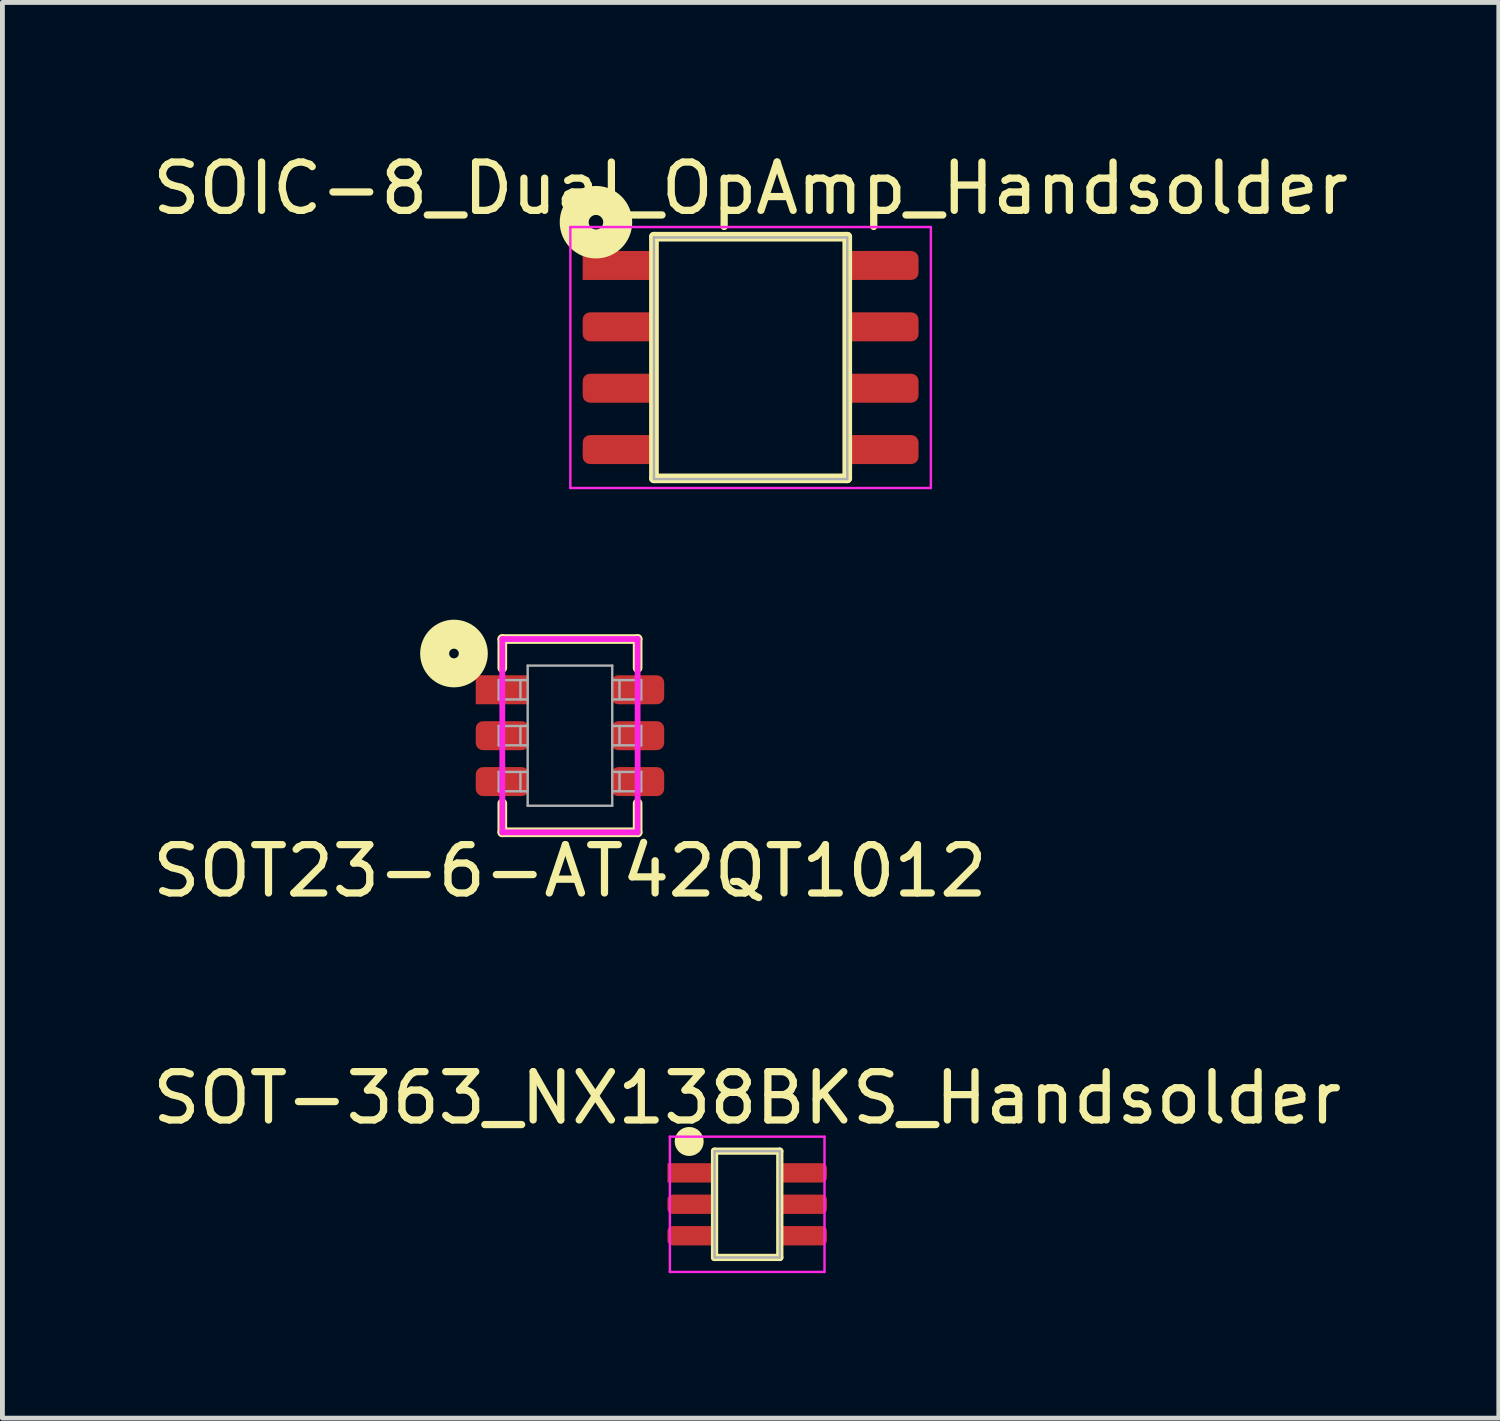
<source format=kicad_pcb>
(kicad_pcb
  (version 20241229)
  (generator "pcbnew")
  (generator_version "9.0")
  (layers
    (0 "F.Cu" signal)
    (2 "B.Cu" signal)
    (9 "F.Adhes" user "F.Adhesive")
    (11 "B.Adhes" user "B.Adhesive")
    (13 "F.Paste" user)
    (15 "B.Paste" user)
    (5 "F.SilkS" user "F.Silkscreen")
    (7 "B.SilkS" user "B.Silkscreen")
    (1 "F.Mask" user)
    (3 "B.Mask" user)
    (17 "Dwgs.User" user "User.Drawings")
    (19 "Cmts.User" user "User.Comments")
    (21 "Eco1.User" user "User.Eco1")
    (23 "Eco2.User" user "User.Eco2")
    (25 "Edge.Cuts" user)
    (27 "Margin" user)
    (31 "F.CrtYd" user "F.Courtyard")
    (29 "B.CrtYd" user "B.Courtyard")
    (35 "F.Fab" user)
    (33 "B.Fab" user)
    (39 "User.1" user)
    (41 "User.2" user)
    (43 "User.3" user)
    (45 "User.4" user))
  (footprint "SOIC-8_Dual_OpAmp_Handsolder"
    (layer "F.Cu")
    (at 12.482 4.348)
    (property "Reference" "SOIC-8_Dual_OpAmp_Handsolder" (at 0 -3.5 0) (layer "F.SilkS") (effects (font (size 1 1) (thickness 0.15))))
    (attr smd)
    (fp_line (start -2 -2.5) (end 2 -2.5) (stroke (width 0.2) (type solid)) (layer "F.SilkS"))
    (fp_line (start -2 2.5) (end -2 -2.5) (stroke (width 0.2) (type solid)) (layer "F.SilkS"))
    (fp_line (start 2 -2.5) (end 2 2.5) (stroke (width 0.2) (type solid)) (layer "F.SilkS"))
    (fp_line (start 2 2.5) (end -2 2.5) (stroke (width 0.2) (type solid)) (layer "F.SilkS"))
    (fp_circle (center -3.2 -2.8) (end -3.05 -2.8) (stroke (width 0.6) (type solid)) (fill no) (layer "F.SilkS"))
    (fp_line (start -3.1 -0.37) (end -2 -0.37) (stroke (width 0.05) (type solid)) (layer "Eco1.User"))
    (fp_line (start -3.1 0.4) (end -3.1 0.9) (stroke (width 0.05) (type solid)) (layer "Eco1.User"))
    (fp_line (start -3.1 0.9) (end -2 0.9) (stroke (width 0.05) (type solid)) (layer "Eco1.User"))
    (fp_line (start -3.1 1.67) (end -3.1 2.17) (stroke (width 0.05) (type solid)) (layer "Eco1.User"))
    (fp_line (start -3.1 2.17) (end -2 2.17) (stroke (width 0.05) (type solid)) (layer "Eco1.User"))
    (fp_line (start -3.1 -2.14) (end -3.1 -1.64) (stroke (width 0.05) (type solid)) (layer "Eco1.User"))
    (fp_line (start -3.1 -1.64) (end -2 -1.64) (stroke (width 0.05) (type solid)) (layer "Eco1.User"))
    (fp_line (start -3.1 -0.87) (end -3.1 -0.37) (stroke (width 0.05) (type solid)) (layer "Eco1.User"))
    (fp_line (start -2.4 -2.14) (end -2.4 -1.64) (stroke (width 0.05) (type solid)) (layer "Eco1.User"))
    (fp_line (start -2.4 -0.87) (end -2.4 -0.37) (stroke (width 0.05) (type solid)) (layer "Eco1.User"))
    (fp_line (start -2.4 0.4) (end -2.4 0.9) (stroke (width 0.05) (type solid)) (layer "Eco1.User"))
    (fp_line (start -2.4 1.67) (end -2.4 2.17) (stroke (width 0.05) (type solid)) (layer "Eco1.User"))
    (fp_line (start -2 -1.9) (end -1 -1.9) (stroke (width 0.05) (type solid)) (layer "Eco1.User"))
    (fp_line (start -2 -0.87) (end -3.1 -0.87) (stroke (width 0.05) (type solid)) (layer "Eco1.User"))
    (fp_line (start -2 -0.6) (end -1.2 -0.6) (stroke (width 0.05) (type solid)) (layer "Eco1.User"))
    (fp_line (start -2 0.4) (end -3.1 0.4) (stroke (width 0.05) (type solid)) (layer "Eco1.User"))
    (fp_line (start -2 1.67) (end -3.1 1.67) (stroke (width 0.05) (type solid)) (layer "Eco1.User"))
    (fp_line (start -2 -2.14) (end -3.1 -2.14) (stroke (width 0.05) (type solid)) (layer "Eco1.User"))
    (fp_line (start -1.5 -0.8) (end -1 -1.7) (stroke (width 0.05) (type solid)) (layer "Eco1.User"))
    (fp_line (start -1.3 -1) (end -1.1 -1) (stroke (width 0.05) (type solid)) (layer "Eco1.User"))
    (fp_line (start -1.2 -0.6) (end -1.2 -0.8) (stroke (width 0.05) (type solid)) (layer "Eco1.User"))
    (fp_line (start -1 -1.9) (end -1 -1.7) (stroke (width 0.05) (type solid)) (layer "Eco1.User"))
    (fp_line (start -1 -1.7) (end -0.5 -0.8) (stroke (width 0.05) (type solid)) (layer "Eco1.User"))
    (fp_line (start -0.9 -1) (end -0.7 -1) (stroke (width 0.05) (type solid)) (layer "Eco1.User"))
    (fp_line (start -0.8 -1.1) (end -0.8 -0.9) (stroke (width 0.05) (type solid)) (layer "Eco1.User"))
    (fp_line (start -0.8 -0.8) (end -0.8 0.7) (stroke (width 0.05) (type solid)) (layer "Eco1.User"))
    (fp_line (start -0.8 0.7) (end -2 0.7) (stroke (width 0.05) (type solid)) (layer "Eco1.User"))
    (fp_line (start -0.5 -0.8) (end -1.5 -0.8) (stroke (width 0.05) (type solid)) (layer "Eco1.User"))
    (fp_line (start 0.8 0.5) (end 1.3 -0.4) (stroke (width 0.05) (type solid)) (layer "Eco1.User"))
    (fp_line (start 1 0.3) (end 1.2 0.3) (stroke (width 0.05) (type solid)) (layer "Eco1.User"))
    (fp_line (start 1.1 0.2) (end 1.1 0.4) (stroke (width 0.05) (type solid)) (layer "Eco1.User"))
    (fp_line (start 1.1 0.5) (end 1.1 2) (stroke (width 0.05) (type solid)) (layer "Eco1.User"))
    (fp_line (start 1.3 -0.6) (end 1.3 -0.4) (stroke (width 0.05) (type solid)) (layer "Eco1.User"))
    (fp_line (start 1.3 -0.4) (end 1.8 0.5) (stroke (width 0.05) (type solid)) (layer "Eco1.User"))
    (fp_line (start 1.4 0.3) (end 1.6 0.3) (stroke (width 0.05) (type solid)) (layer "Eco1.User"))
    (fp_line (start 1.5 0.7) (end 1.5 0.5) (stroke (width 0.05) (type solid)) (layer "Eco1.User"))
    (fp_line (start 1.8 0.5) (end 0.8 0.5) (stroke (width 0.05) (type solid)) (layer "Eco1.User"))
    (fp_line (start 2 -2.14) (end 3.1 -2.14) (stroke (width 0.05) (type solid)) (layer "Eco1.User"))
    (fp_line (start 2 -0.87) (end 3.1 -0.87) (stroke (width 0.05) (type solid)) (layer "Eco1.User"))
    (fp_line (start 2 -0.6) (end 1.3 -0.6) (stroke (width 0.05) (type solid)) (layer "Eco1.User"))
    (fp_line (start 2 0.4) (end 3.1 0.4) (stroke (width 0.05) (type solid)) (layer "Eco1.User"))
    (fp_line (start 2 0.7) (end 1.5 0.7) (stroke (width 0.05) (type solid)) (layer "Eco1.User"))
    (fp_line (start 2 1.67) (end 3.1 1.67) (stroke (width 0.05) (type solid)) (layer "Eco1.User"))
    (fp_line (start 2 2) (end 1.1 2) (stroke (width 0.05) (type solid)) (layer "Eco1.User"))
    (fp_line (start 2.4 -2.14) (end 2.4 -1.64) (stroke (width 0.05) (type solid)) (layer "Eco1.User"))
    (fp_line (start 2.4 -0.87) (end 2.4 -0.37) (stroke (width 0.05) (type solid)) (layer "Eco1.User"))
    (fp_line (start 2.4 0.4) (end 2.4 0.9) (stroke (width 0.05) (type solid)) (layer "Eco1.User"))
    (fp_line (start 2.4 1.67) (end 2.4 2.17) (stroke (width 0.05) (type solid)) (layer "Eco1.User"))
    (fp_line (start 3.1 -2.14) (end 3.1 -1.64) (stroke (width 0.05) (type solid)) (layer "Eco1.User"))
    (fp_line (start 3.1 -1.64) (end 2 -1.64) (stroke (width 0.05) (type solid)) (layer "Eco1.User"))
    (fp_line (start 3.1 -0.87) (end 3.1 -0.37) (stroke (width 0.05) (type solid)) (layer "Eco1.User"))
    (fp_line (start 3.1 -0.37) (end 2 -0.37) (stroke (width 0.05) (type solid)) (layer "Eco1.User"))
    (fp_line (start 3.1 0.4) (end 3.1 0.9) (stroke (width 0.05) (type solid)) (layer "Eco1.User"))
    (fp_line (start 3.1 0.9) (end 2 0.9) (stroke (width 0.05) (type solid)) (layer "Eco1.User"))
    (fp_line (start 3.1 1.67) (end 3.1 2.17) (stroke (width 0.05) (type solid)) (layer "Eco1.User"))
    (fp_line (start 3.1 2.17) (end 2 2.17) (stroke (width 0.05) (type solid)) (layer "Eco1.User"))
    (fp_line (start -3.73 -2.7) (end -3.73 2.7) (stroke (width 0.05) (type solid)) (layer "F.CrtYd"))
    (fp_line (start -3.73 -2.7) (end 3.73 -2.7) (stroke (width 0.05) (type solid)) (layer "F.CrtYd"))
    (fp_line (start -3.73 2.7) (end 3.73 2.7) (stroke (width 0.05) (type solid)) (layer "F.CrtYd"))
    (fp_line (start 3.73 -2.7) (end 3.73 2.7) (stroke (width 0.05) (type solid)) (layer "F.CrtYd"))
    (fp_line (start -2 -2.485) (end -2 2.515) (stroke (width 0.05) (type solid)) (layer "F.Fab"))
    (fp_line (start -2 2.515) (end 2 2.515) (stroke (width 0.05) (type solid)) (layer "F.Fab"))
    (fp_line (start 2 -2.485) (end -2 -2.485) (stroke (width 0.05) (type solid)) (layer "F.Fab"))
    (fp_line (start 2 2.515) (end 2 -2.485) (stroke (width 0.05) (type solid)) (layer "F.Fab"))
    (fp_text user "VCC" (at 1.6 -1.9 0) (layer "Eco1.User") (effects (font (size 0.25 0.25) (thickness 0.037))))
    (fp_text user "GND" (at -1.5 1.9 0) (layer "Eco1.User") (effects (font (size 0.25 0.25) (thickness 0.037))))
    (pad "1" smd rect (at -2.7 -1.905) (size 1.55 0.6) (layers "F.Cu" "F.Mask" "F.Paste"))
    (pad "2" smd roundrect (at -2.7 -0.635) (size 1.55 0.6) (layers "F.Cu" "F.Mask" "F.Paste") (roundrect_rratio 0.25))
    (pad "3" smd roundrect (at -2.7 0.635) (size 1.55 0.6) (layers "F.Cu" "F.Mask" "F.Paste") (roundrect_rratio 0.25))
    (pad "4" smd roundrect (at -2.7 1.905) (size 1.55 0.6) (layers "F.Cu" "F.Mask" "F.Paste") (roundrect_rratio 0.25))
    (pad "5" smd roundrect (at 2.7 1.905) (size 1.55 0.6) (layers "F.Cu" "F.Mask" "F.Paste") (roundrect_rratio 0.25))
    (pad "6" smd roundrect (at 2.7 0.635) (size 1.55 0.6) (layers "F.Cu" "F.Mask" "F.Paste") (roundrect_rratio 0.25))
    (pad "7" smd roundrect (at 2.7 -0.635) (size 1.55 0.6) (layers "F.Cu" "F.Mask" "F.Paste") (roundrect_rratio 0.25))
    (pad "8" smd roundrect (at 2.7 -1.905) (size 1.55 0.6) (layers "F.Cu" "F.Mask" "F.Paste") (roundrect_rratio 0.25)))
  (footprint "SOT23-6-AT42QT1012"
    (layer "F.Cu")
    (at 8.744 12.173)
    (property "Reference" "SOT23-6-AT42QT1012" (at 0 2.8 0) (layer "F.SilkS") (effects (font (size 1 1) (thickness 0.15))))
    (attr through_hole)
    (fp_line (start -1.4 -2) (end -1.4 -1.4) (stroke (width 0.2) (type solid)) (layer "F.SilkS"))
    (fp_line (start -1.4 2) (end -1.4 1.4) (stroke (width 0.2) (type solid)) (layer "F.SilkS"))
    (fp_line (start -1.4 2) (end 1.4 2) (stroke (width 0.2) (type solid)) (layer "F.SilkS"))
    (fp_line (start 1.4 -2) (end -1.4 -2) (stroke (width 0.2) (type solid)) (layer "F.SilkS"))
    (fp_line (start 1.4 -2) (end 1.4 -1.4) (stroke (width 0.2) (type solid)) (layer "F.SilkS"))
    (fp_line (start 1.4 2) (end 1.4 1.4) (stroke (width 0.2) (type solid)) (layer "F.SilkS"))
    (fp_circle (center -2.4 -1.7) (end -2.3 -1.7) (stroke (width 0.6) (type solid)) (fill no) (layer "F.SilkS"))
    (fp_line (start -1.4 -2) (end -1.4 2) (stroke (width 0.12) (type solid)) (layer "F.CrtYd"))
    (fp_line (start -1.4 2) (end 1.4 2) (stroke (width 0.12) (type solid)) (layer "F.CrtYd"))
    (fp_line (start 1.4 -2) (end -1.4 -2) (stroke (width 0.12) (type solid)) (layer "F.CrtYd"))
    (fp_line (start 1.4 2) (end 1.4 -2) (stroke (width 0.12) (type solid)) (layer "F.CrtYd"))
    (fp_line (start -1.475 -0.2) (end -0.875 -0.2) (stroke (width 0.05) (type solid)) (layer "F.Fab"))
    (fp_line (start -1.475 0.2) (end -1.475 -0.2) (stroke (width 0.05) (type solid)) (layer "F.Fab"))
    (fp_line (start -1.475 0.75) (end -0.875 0.75) (stroke (width 0.05) (type solid)) (layer "F.Fab"))
    (fp_line (start -1.475 1.15) (end -1.475 0.75) (stroke (width 0.05) (type solid)) (layer "F.Fab"))
    (fp_line (start -1.475 -1.15) (end -0.875 -1.15) (stroke (width 0.05) (type solid)) (layer "F.Fab"))
    (fp_line (start -1.475 -0.75) (end -1.475 -1.15) (stroke (width 0.05) (type solid)) (layer "F.Fab"))
    (fp_line (start -1.025 -1.15) (end -1.025 -0.75) (stroke (width 0.05) (type solid)) (layer "F.Fab"))
    (fp_line (start -1.025 -0.2) (end -1.025 0.2) (stroke (width 0.05) (type solid)) (layer "F.Fab"))
    (fp_line (start -1.025 0.75) (end -1.025 1.15) (stroke (width 0.05) (type solid)) (layer "F.Fab"))
    (fp_line (start -0.875 -1.45) (end -0.875 1.45) (stroke (width 0.05) (type solid)) (layer "F.Fab"))
    (fp_line (start -0.875 -0.75) (end -1.475 -0.75) (stroke (width 0.05) (type solid)) (layer "F.Fab"))
    (fp_line (start -0.875 0.2) (end -1.475 0.2) (stroke (width 0.05) (type solid)) (layer "F.Fab"))
    (fp_line (start -0.875 1.15) (end -1.475 1.15) (stroke (width 0.05) (type solid)) (layer "F.Fab"))
    (fp_line (start -0.875 1.45) (end 0.875 1.45) (stroke (width 0.05) (type solid)) (layer "F.Fab"))
    (fp_line (start 0.875 -1.45) (end -0.875 -1.45) (stroke (width 0.05) (type solid)) (layer "F.Fab"))
    (fp_line (start 0.875 -0.75) (end 1.475 -0.75) (stroke (width 0.05) (type solid)) (layer "F.Fab"))
    (fp_line (start 0.875 0.2) (end 1.475 0.2) (stroke (width 0.05) (type solid)) (layer "F.Fab"))
    (fp_line (start 0.875 1.15) (end 1.475 1.15) (stroke (width 0.05) (type solid)) (layer "F.Fab"))
    (fp_line (start 0.875 1.45) (end 0.875 -1.45) (stroke (width 0.05) (type solid)) (layer "F.Fab"))
    (fp_line (start 1.025 -1.15) (end 1.025 -0.75) (stroke (width 0.05) (type solid)) (layer "F.Fab"))
    (fp_line (start 1.025 -0.2) (end 1.025 0.2) (stroke (width 0.05) (type solid)) (layer "F.Fab"))
    (fp_line (start 1.025 0.75) (end 1.025 1.15) (stroke (width 0.05) (type solid)) (layer "F.Fab"))
    (fp_line (start 1.475 -1.15) (end 0.875 -1.15) (stroke (width 0.05) (type solid)) (layer "F.Fab"))
    (fp_line (start 1.475 -0.75) (end 1.475 -1.15) (stroke (width 0.05) (type solid)) (layer "F.Fab"))
    (fp_line (start 1.475 -0.2) (end 0.875 -0.2) (stroke (width 0.05) (type solid)) (layer "F.Fab"))
    (fp_line (start 1.475 0.2) (end 1.475 -0.2) (stroke (width 0.05) (type solid)) (layer "F.Fab"))
    (fp_line (start 1.475 0.75) (end 0.875 0.75) (stroke (width 0.05) (type solid)) (layer "F.Fab"))
    (fp_line (start 1.475 1.15) (end 1.475 0.75) (stroke (width 0.05) (type solid)) (layer "F.Fab"))
    (fp_text user "GND" (at -0.6 0 0) (layer "Eco1.User") (effects (font (size 0.15 0.15) (thickness 0.037))))
    (fp_text user "OUT" (at -0.6 -0.95 0) (layer "Eco1.User") (effects (font (size 0.15 0.15) (thickness 0.037))))
    (fp_text user "TIME" (at 0.6 -0.95 0) (layer "Eco1.User") (effects (font (size 0.15 0.15) (thickness 0.037))))
    (fp_text user "SNS" (at 0.6 0.95 0) (layer "Eco1.User") (effects (font (size 0.15 0.15) (thickness 0.037))))
    (fp_text user "SNSK" (at -0.5 0.95 0) (layer "Eco1.User") (effects (font (size 0.15 0.15) (thickness 0.037))))
    (fp_text user "VDD" (at 0.6 0 0) (layer "Eco1.User") (effects (font (size 0.15 0.15) (thickness 0.037))))
    (pad "1" smd rect (at -1.4 -0.95) (size 1.1 0.6) (layers "F.Cu" "F.Mask" "F.Paste"))
    (pad "2" smd roundrect (at -1.4 0) (size 1.1 0.6) (layers "F.Cu" "F.Mask" "F.Paste") (roundrect_rratio 0.25))
    (pad "3" smd roundrect (at -1.4 0.95) (size 1.1 0.6) (layers "F.Cu" "F.Mask" "F.Paste") (roundrect_rratio 0.25))
    (pad "4" smd roundrect (at 1.4 0.95) (size 1.1 0.6) (layers "F.Cu" "F.Mask" "F.Paste") (roundrect_rratio 0.25))
    (pad "5" smd roundrect (at 1.4 0) (size 1.1 0.6) (layers "F.Cu" "F.Mask" "F.Paste") (roundrect_rratio 0.25))
    (pad "6" smd roundrect (at 1.4 -0.95) (size 1.1 0.6) (layers "F.Cu" "F.Mask" "F.Paste") (roundrect_rratio 0.25)))
  (footprint "SOT-363_NX138BKS_Handsolder"
    (layer "F.Cu")
    (at 12.411 21.87)
    (property "Reference" "SOT-363_NX138BKS_Handsolder" (at 0 -2.2 0) (layer "F.SilkS") (effects (font (size 1 1) (thickness 0.15))))
    (attr smd)
    (fp_line (start -0.675 -1.1) (end -0.675 1.1) (stroke (width 0.15) (type solid)) (layer "F.SilkS"))
    (fp_line (start 0.675 -1.1) (end -0.675 -1.1) (stroke (width 0.15) (type solid)) (layer "F.SilkS"))
    (fp_line (start 0.675 -1.1) (end 0.675 1.1) (stroke (width 0.15) (type solid)) (layer "F.SilkS"))
    (fp_line (start 0.675 1.1) (end -0.675 1.1) (stroke (width 0.15) (type solid)) (layer "F.SilkS"))
    (fp_circle (center -1.2 -1.3) (end -1.05 -1.3) (stroke (width 0.3) (type solid)) (fill no) (layer "F.SilkS"))
    (fp_line (start -1.1 -0.75) (end -1.1 -0.55) (stroke (width 0.05) (type solid)) (layer "Eco1.User"))
    (fp_line (start -1.1 -0.55) (end -0.675 -0.55) (stroke (width 0.05) (type solid)) (layer "Eco1.User"))
    (fp_line (start -1.1 -0.1) (end -1.1 0.1) (stroke (width 0.05) (type solid)) (layer "Eco1.User"))
    (fp_line (start -1.1 0.1) (end -0.675 0.1) (stroke (width 0.05) (type solid)) (layer "Eco1.User"))
    (fp_line (start -1.1 0.55) (end -1.1 0.75) (stroke (width 0.05) (type solid)) (layer "Eco1.User"))
    (fp_line (start -1.1 0.75) (end -0.675 0.75) (stroke (width 0.05) (type solid)) (layer "Eco1.User"))
    (fp_line (start -0.675 -0.75) (end -1.1 -0.75) (stroke (width 0.05) (type solid)) (layer "Eco1.User"))
    (fp_line (start -0.675 -0.1) (end -1.1 -0.1) (stroke (width 0.05) (type solid)) (layer "Eco1.User"))
    (fp_line (start -0.675 0.55) (end -1.1 0.55) (stroke (width 0.05) (type solid)) (layer "Eco1.User"))
    (fp_line (start -0.65 -0.65) (end -0.45 -0.65) (stroke (width 0.05) (type solid)) (layer "Eco1.User"))
    (fp_line (start -0.25 -0.45) (end -0.15 -0.45) (stroke (width 0.05) (type solid)) (layer "Eco1.User"))
    (fp_line (start -0.25 -0.35) (end 0.25 -0.35) (stroke (width 0.05) (type solid)) (layer "Eco1.User"))
    (fp_line (start -0.25 0.35) (end 0.25 0.35) (stroke (width 0.05) (type solid)) (layer "Eco1.User"))
    (fp_line (start -0.25 0.45) (end -0.15 0.45) (stroke (width 0.05) (type solid)) (layer "Eco1.User"))
    (fp_line (start -0.2 -0.65) (end -0.45 -0.65) (stroke (width 0.05) (type solid)) (layer "Eco1.User"))
    (fp_line (start -0.2 -0.55) (end -0.25 -0.45) (stroke (width 0.05) (type solid)) (layer "Eco1.User"))
    (fp_line (start -0.2 -0.35) (end -0.2 -0.65) (stroke (width 0.05) (type solid)) (layer "Eco1.User"))
    (fp_line (start -0.2 0.35) (end -0.2 0.65) (stroke (width 0.05) (type solid)) (layer "Eco1.User"))
    (fp_line (start -0.2 0.55) (end -0.25 0.45) (stroke (width 0.05) (type solid)) (layer "Eco1.User"))
    (fp_line (start -0.2 0.65) (end -0.65 0.65) (stroke (width 0.05) (type solid)) (layer "Eco1.User"))
    (fp_line (start -0.15 -0.45) (end -0.2 -0.55) (stroke (width 0.05) (type solid)) (layer "Eco1.User"))
    (fp_line (start -0.15 0.45) (end -0.2 0.55) (stroke (width 0.05) (type solid)) (layer "Eco1.User"))
    (fp_line (start -0.1 -0.25) (end 0.1 -0.25) (stroke (width 0.05) (type solid)) (layer "Eco1.User"))
    (fp_line (start -0.1 -0.1) (end -0.1 0) (stroke (width 0.05) (type solid)) (layer "Eco1.User"))
    (fp_line (start -0.1 0) (end -0.65 0) (stroke (width 0.05) (type solid)) (layer "Eco1.User"))
    (fp_line (start 0 -0.25) (end 0 -0.1) (stroke (width 0.05) (type solid)) (layer "Eco1.User"))
    (fp_line (start 0 -0.1) (end -0.1 -0.1) (stroke (width 0.05) (type solid)) (layer "Eco1.User"))
    (fp_line (start 0 0.1) (end 0.1 0.1) (stroke (width 0.05) (type solid)) (layer "Eco1.User"))
    (fp_line (start 0 0.35) (end 0 0.1) (stroke (width 0.05) (type solid)) (layer "Eco1.User"))
    (fp_line (start 0.1 0) (end 0.65 0) (stroke (width 0.05) (type solid)) (layer "Eco1.User"))
    (fp_line (start 0.1 0.1) (end 0.1 0) (stroke (width 0.05) (type solid)) (layer "Eco1.User"))
    (fp_line (start 0.2 -0.65) (end 0.65 -0.65) (stroke (width 0.05) (type solid)) (layer "Eco1.User"))
    (fp_line (start 0.2 -0.35) (end 0.2 -0.65) (stroke (width 0.05) (type solid)) (layer "Eco1.User"))
    (fp_line (start 0.2 0.35) (end 0.2 0.65) (stroke (width 0.05) (type solid)) (layer "Eco1.User"))
    (fp_line (start 0.2 0.65) (end 0.65 0.65) (stroke (width 0.05) (type solid)) (layer "Eco1.User"))
    (fp_line (start 0.675 -0.55) (end 1.1 -0.55) (stroke (width 0.05) (type solid)) (layer "Eco1.User"))
    (fp_line (start 0.675 0.1) (end 1.1 0.1) (stroke (width 0.05) (type solid)) (layer "Eco1.User"))
    (fp_line (start 0.675 0.75) (end 1.1 0.75) (stroke (width 0.05) (type solid)) (layer "Eco1.User"))
    (fp_line (start 1.1 -0.75) (end 0.675 -0.75) (stroke (width 0.05) (type solid)) (layer "Eco1.User"))
    (fp_line (start 1.1 -0.55) (end 1.1 -0.75) (stroke (width 0.05) (type solid)) (layer "Eco1.User"))
    (fp_line (start 1.1 -0.1) (end 0.675 -0.1) (stroke (width 0.05) (type solid)) (layer "Eco1.User"))
    (fp_line (start 1.1 0.1) (end 1.1 -0.1) (stroke (width 0.05) (type solid)) (layer "Eco1.User"))
    (fp_line (start 1.1 0.55) (end 0.675 0.55) (stroke (width 0.05) (type solid)) (layer "Eco1.User"))
    (fp_line (start 1.1 0.75) (end 1.1 0.55) (stroke (width 0.05) (type solid)) (layer "Eco1.User"))
    (fp_line (start -1.6 -1.4) (end -1.6 1.4) (stroke (width 0.05) (type solid)) (layer "F.CrtYd"))
    (fp_line (start -1.6 -1.4) (end 1.6 -1.4) (stroke (width 0.05) (type solid)) (layer "F.CrtYd"))
    (fp_line (start -1.6 1.4) (end 1.6 1.4) (stroke (width 0.05) (type solid)) (layer "F.CrtYd"))
    (fp_line (start 1.6 1.4) (end 1.6 -1.4) (stroke (width 0.05) (type solid)) (layer "F.CrtYd"))
    (fp_line (start -0.675 -1.1) (end -0.675 1.1) (stroke (width 0.05) (type solid)) (layer "F.Fab"))
    (fp_line (start 0.675 -1.1) (end -0.675 -1.1) (stroke (width 0.05) (type solid)) (layer "F.Fab"))
    (fp_line (start 0.675 -1.1) (end 0.675 1.1) (stroke (width 0.05) (type solid)) (layer "F.Fab"))
    (fp_line (start 0.675 1.1) (end -0.675 1.1) (stroke (width 0.05) (type solid)) (layer "F.Fab"))
    (fp_text user "S1" (at -0.4 -0.85 0) (layer "Eco1.User") (effects (font (size 0.25 0.25) (thickness 0.062))))
    (fp_text user "S2" (at 0.4 0.9 0) (layer "Eco1.User") (effects (font (size 0.25 0.25) (thickness 0.062))))
    (pad "D1" smd roundrect (at 1.15 -0.65) (size 1 0.4) (layers "F.Cu" "F.Mask" "F.Paste") (roundrect_rratio 0.25))
    (pad "D2" smd roundrect (at -1.15 0.65) (size 1 0.4) (layers "F.Cu" "F.Mask" "F.Paste") (roundrect_rratio 0.25))
    (pad "G1" smd roundrect (at -1.15 0) (size 1 0.4) (layers "F.Cu" "F.Mask" "F.Paste") (roundrect_rratio 0.25))
    (pad "G2" smd roundrect (at 1.15 0) (size 1 0.4) (layers "F.Cu" "F.Mask" "F.Paste") (roundrect_rratio 0.25))
    (pad "S1" smd rect (at -1.15 -0.65) (size 1 0.4) (layers "F.Cu" "F.Mask" "F.Paste"))
    (pad "S2" smd roundrect (at 1.15 0.65) (size 1 0.4) (layers "F.Cu" "F.Mask" "F.Paste") (roundrect_rratio 0.25)))
  (gr_rect
    (start -3 -3)
    (end 27.964 26.295)
    (stroke (width 0.1) (type default))
    (fill no)
    (layer "Edge.Cuts")))
</source>
